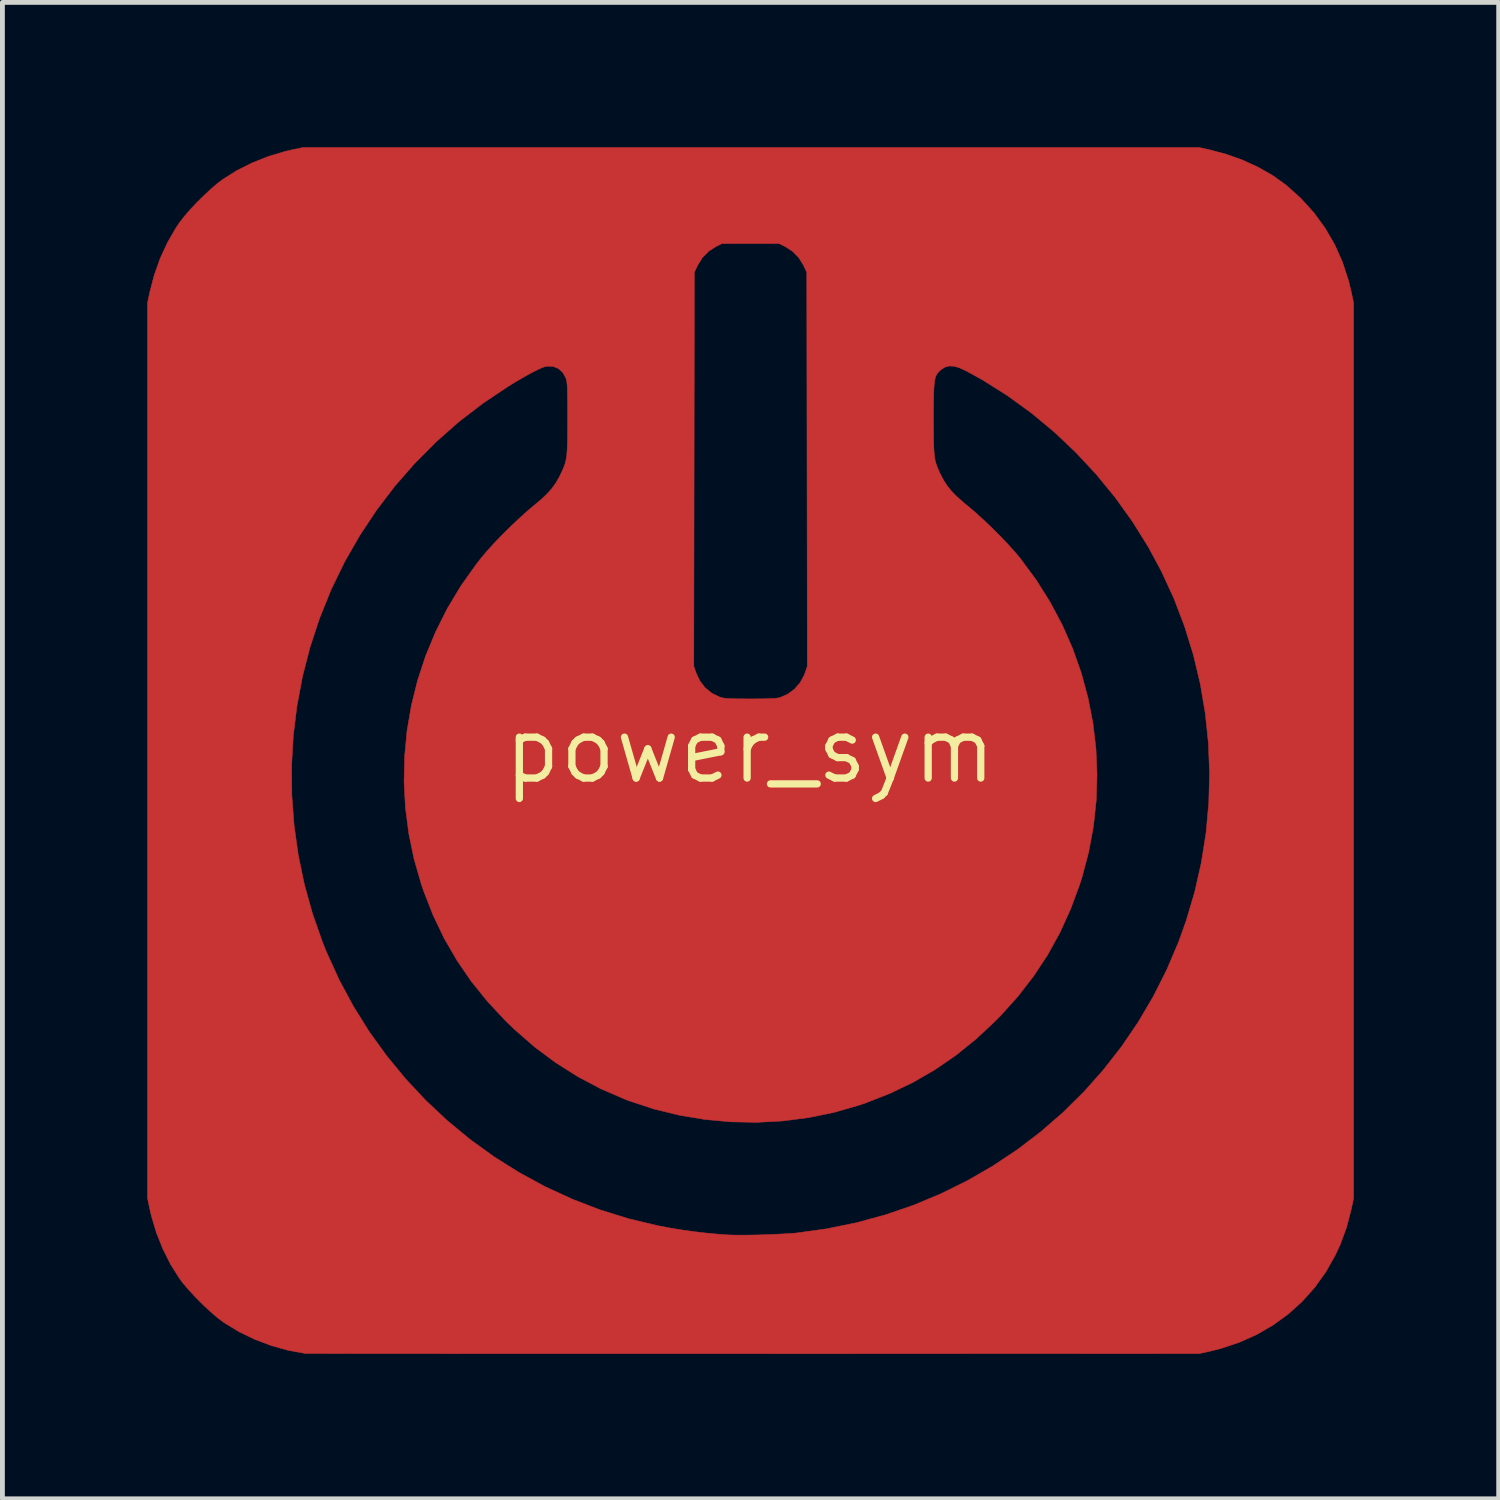
<source format=kicad_pcb>
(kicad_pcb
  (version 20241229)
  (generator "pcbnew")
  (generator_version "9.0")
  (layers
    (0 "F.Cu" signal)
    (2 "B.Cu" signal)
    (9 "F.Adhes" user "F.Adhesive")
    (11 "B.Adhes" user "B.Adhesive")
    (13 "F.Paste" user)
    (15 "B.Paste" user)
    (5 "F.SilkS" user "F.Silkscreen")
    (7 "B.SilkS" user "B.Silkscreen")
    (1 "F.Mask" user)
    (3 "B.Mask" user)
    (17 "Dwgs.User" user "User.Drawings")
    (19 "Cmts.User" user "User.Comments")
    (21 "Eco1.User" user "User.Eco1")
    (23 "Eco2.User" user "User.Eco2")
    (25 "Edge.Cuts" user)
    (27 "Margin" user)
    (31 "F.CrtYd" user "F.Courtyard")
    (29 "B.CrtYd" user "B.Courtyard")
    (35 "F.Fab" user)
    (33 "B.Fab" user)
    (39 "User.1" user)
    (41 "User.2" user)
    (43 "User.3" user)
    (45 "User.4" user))
  (footprint "power_sym"
    (layer "F.Cu")
    (at 12.483 12.483)
    (property "Reference" "power_sym" (at 0 0 0) (layer "F.SilkS") (effects (font (size 1.27 1.27) (thickness 0.15))))
    (attr through_hole)
    (fp_poly (pts (xy 9.525 -12.429) (xy 9.868 -12.337) (xy 10.203 -12.217) (xy 10.522 -12.07) (xy 10.818 -11.902) (xy 11.082 -11.714) (xy 11.102 -11.699) (xy 11.405 -11.427) (xy 11.674 -11.131) (xy 11.908 -10.811) (xy 12.107 -10.469) (xy 12.269 -10.105) (xy 12.395 -9.719) (xy 12.451 -9.488) (xy 12.499 -9.26) (xy 12.499 9.282) (xy 12.451 9.509) (xy 12.353 9.887) (xy 12.221 10.244) (xy 12.117 10.467) (xy 11.922 10.811) (xy 11.694 11.129) (xy 11.436 11.418) (xy 11.149 11.678) (xy 10.836 11.906) (xy 10.497 12.103) (xy 10.136 12.265) (xy 9.753 12.393) (xy 9.525 12.45) (xy 9.303 12.499) (xy 0.074 12.501) (xy -0.549 12.501) (xy -1.162 12.501) (xy -1.763 12.501) (xy -2.351 12.501) (xy -2.924 12.501) (xy -3.481 12.501) (xy -4.021 12.501) (xy -4.542 12.501) (xy -5.043 12.501) (xy -5.522 12.501) (xy -5.979 12.501) (xy -6.412 12.5) (xy -6.819 12.5) (xy -7.199 12.5) (xy -7.55 12.499) (xy -7.872 12.499) (xy -8.163 12.499) (xy -8.422 12.498) (xy -8.647 12.498) (xy -8.836 12.497) (xy -8.989 12.497) (xy -9.105 12.496) (xy -9.18 12.496) (xy -9.216 12.495) (xy -9.218 12.495) (xy -9.567 12.431) (xy -9.917 12.333) (xy -10.258 12.204) (xy -10.583 12.047) (xy -10.88 11.866) (xy -10.922 11.837) (xy -11.046 11.742) (xy -11.187 11.62) (xy -11.335 11.481) (xy -11.481 11.334) (xy -11.618 11.186) (xy -11.737 11.048) (xy -11.816 10.943) (xy -11.999 10.653) (xy -12.159 10.334) (xy -12.294 9.996) (xy -12.398 9.647) (xy -12.43 9.509) (xy -12.478 9.282) (xy -12.478 0.319) (xy -9.494 0.319) (xy -9.489 0.939) (xy -9.443 1.556) (xy -9.357 2.171) (xy -9.231 2.779) (xy -9.064 3.38) (xy -8.857 3.972) (xy -8.772 4.184) (xy -8.511 4.756) (xy -8.216 5.305) (xy -7.887 5.832) (xy -7.526 6.333) (xy -7.135 6.808) (xy -6.715 7.257) (xy -6.268 7.676) (xy -5.796 8.066) (xy -5.3 8.424) (xy -4.781 8.75) (xy -4.242 9.043) (xy -3.683 9.3) (xy -3.107 9.522) (xy -2.515 9.706) (xy -1.908 9.851) (xy -1.616 9.906) (xy -1.403 9.94) (xy -1.172 9.972) (xy -0.936 10) (xy -0.709 10.022) (xy -0.506 10.038) (xy -0.455 10.041) (xy -0.336 10.045) (xy -0.184 10.046) (xy -0.009 10.045) (xy 0.179 10.041) (xy 0.372 10.035) (xy 0.56 10.027) (xy 0.732 10.018) (xy 0.881 10.008) (xy 0.966 10.001) (xy 1.593 9.914) (xy 2.208 9.788) (xy 2.808 9.624) (xy 3.393 9.423) (xy 3.959 9.186) (xy 4.508 8.914) (xy 5.035 8.609) (xy 5.541 8.272) (xy 6.024 7.903) (xy 6.482 7.505) (xy 6.914 7.078) (xy 7.318 6.623) (xy 7.694 6.141) (xy 8.038 5.635) (xy 8.351 5.104) (xy 8.63 4.55) (xy 8.875 3.974) (xy 9.03 3.542) (xy 9.209 2.938) (xy 9.347 2.327) (xy 9.444 1.711) (xy 9.5 1.092) (xy 9.516 0.473) (xy 9.492 -0.144) (xy 9.428 -0.759) (xy 9.325 -1.368) (xy 9.182 -1.969) (xy 8.999 -2.561) (xy 8.778 -3.141) (xy 8.517 -3.707) (xy 8.247 -4.208) (xy 7.92 -4.732) (xy 7.56 -5.234) (xy 7.168 -5.712) (xy 6.747 -6.164) (xy 6.3 -6.587) (xy 5.828 -6.979) (xy 5.335 -7.337) (xy 4.822 -7.661) (xy 4.482 -7.849) (xy 4.34 -7.915) (xy 4.221 -7.95) (xy 4.12 -7.954) (xy 4.031 -7.928) (xy 3.949 -7.872) (xy 3.912 -7.838) (xy 3.881 -7.803) (xy 3.857 -7.764) (xy 3.838 -7.716) (xy 3.824 -7.654) (xy 3.814 -7.575) (xy 3.807 -7.472) (xy 3.802 -7.344) (xy 3.8 -7.184) (xy 3.799 -6.988) (xy 3.799 -6.869) (xy 3.8 -6.655) (xy 3.801 -6.479) (xy 3.803 -6.334) (xy 3.808 -6.216) (xy 3.816 -6.119) (xy 3.826 -6.038) (xy 3.841 -5.968) (xy 3.861 -5.903) (xy 3.886 -5.838) (xy 3.917 -5.768) (xy 3.936 -5.726) (xy 4.004 -5.594) (xy 4.079 -5.477) (xy 4.168 -5.366) (xy 4.278 -5.253) (xy 4.415 -5.131) (xy 4.494 -5.066) (xy 4.655 -4.93) (xy 4.829 -4.772) (xy 5.009 -4.601) (xy 5.186 -4.424) (xy 5.352 -4.249) (xy 5.499 -4.085) (xy 5.596 -3.969) (xy 5.923 -3.527) (xy 6.213 -3.066) (xy 6.467 -2.588) (xy 6.683 -2.096) (xy 6.861 -1.591) (xy 7 -1.076) (xy 7.102 -0.552) (xy 7.164 -0.023) (xy 7.186 0.51) (xy 7.169 1.044) (xy 7.112 1.577) (xy 7.014 2.108) (xy 6.875 2.633) (xy 6.827 2.783) (xy 6.638 3.295) (xy 6.417 3.78) (xy 6.163 4.241) (xy 5.873 4.681) (xy 5.547 5.102) (xy 5.183 5.507) (xy 5.081 5.61) (xy 4.68 5.985) (xy 4.263 6.321) (xy 3.828 6.62) (xy 3.373 6.883) (xy 2.895 7.112) (xy 2.39 7.31) (xy 2.254 7.356) (xy 1.74 7.504) (xy 1.214 7.612) (xy 0.681 7.681) (xy 0.143 7.71) (xy -0.395 7.7) (xy -0.932 7.651) (xy -1.462 7.563) (xy -1.983 7.436) (xy -2.491 7.269) (xy -2.582 7.235) (xy -3.084 7.018) (xy -3.564 6.765) (xy -4.023 6.475) (xy -4.461 6.149) (xy -4.879 5.785) (xy -5.06 5.61) (xy -5.435 5.209) (xy -5.771 4.792) (xy -6.069 4.357) (xy -6.333 3.902) (xy -6.562 3.424) (xy -6.759 2.92) (xy -6.806 2.783) (xy -6.957 2.26) (xy -7.067 1.73) (xy -7.136 1.197) (xy -7.165 0.663) (xy -7.153 0.129) (xy -7.103 -0.401) (xy -7.013 -0.926) (xy -6.884 -1.444) (xy -6.788 -1.736) (xy -1.165 -1.736) (xy -1.12 -1.604) (xy -1.042 -1.435) (xy -0.933 -1.292) (xy -0.795 -1.179) (xy -0.632 -1.099) (xy -0.624 -1.096) (xy -0.584 -1.085) (xy -0.537 -1.075) (xy -0.477 -1.069) (xy -0.397 -1.064) (xy -0.293 -1.061) (xy -0.158 -1.06) (xy 0.002 -1.059) (xy 0.185 -1.06) (xy 0.331 -1.062) (xy 0.444 -1.066) (xy 0.528 -1.072) (xy 0.589 -1.08) (xy 0.621 -1.088) (xy 0.78 -1.157) (xy 0.92 -1.261) (xy 1.036 -1.394) (xy 1.122 -1.551) (xy 1.141 -1.603) (xy 1.186 -1.736) (xy 1.175 -9.895) (xy 1.107 -10.038) (xy 1.01 -10.196) (xy 0.882 -10.327) (xy 0.728 -10.427) (xy 0.724 -10.429) (xy 0.603 -10.488) (xy -0.582 -10.488) (xy -0.703 -10.429) (xy -0.857 -10.33) (xy -0.986 -10.199) (xy -1.084 -10.042) (xy -1.086 -10.038) (xy -1.154 -9.895) (xy -1.159 -5.816) (xy -1.165 -1.736) (xy -6.788 -1.736) (xy -6.717 -1.952) (xy -6.511 -2.448) (xy -6.269 -2.931) (xy -5.989 -3.397) (xy -5.672 -3.844) (xy -5.575 -3.969) (xy -5.449 -4.118) (xy -5.298 -4.285) (xy -5.129 -4.46) (xy -4.95 -4.637) (xy -4.771 -4.806) (xy -4.599 -4.96) (xy -4.473 -5.066) (xy -4.323 -5.192) (xy -4.203 -5.306) (xy -4.106 -5.414) (xy -4.025 -5.526) (xy -3.954 -5.648) (xy -3.917 -5.724) (xy -3.882 -5.798) (xy -3.854 -5.865) (xy -3.831 -5.929) (xy -3.814 -5.995) (xy -3.8 -6.069) (xy -3.791 -6.157) (xy -3.785 -6.263) (xy -3.781 -6.392) (xy -3.779 -6.551) (xy -3.778 -6.743) (xy -3.778 -6.869) (xy -3.778 -7.068) (xy -3.779 -7.231) (xy -3.781 -7.36) (xy -3.783 -7.461) (xy -3.786 -7.538) (xy -3.791 -7.597) (xy -3.798 -7.642) (xy -3.806 -7.677) (xy -3.816 -7.707) (xy -3.817 -7.709) (xy -3.879 -7.82) (xy -3.966 -7.899) (xy -4.072 -7.943) (xy -4.19 -7.95) (xy -4.254 -7.938) (xy -4.324 -7.912) (xy -4.424 -7.865) (xy -4.55 -7.8) (xy -4.695 -7.719) (xy -4.856 -7.625) (xy -5.014 -7.528) (xy -5.535 -7.179) (xy -6.032 -6.797) (xy -6.501 -6.383) (xy -6.942 -5.94) (xy -7.354 -5.469) (xy -7.733 -4.972) (xy -8.079 -4.451) (xy -8.391 -3.908) (xy -8.666 -3.344) (xy -8.68 -3.313) (xy -8.916 -2.727) (xy -9.112 -2.132) (xy -9.268 -1.527) (xy -9.383 -0.915) (xy -9.459 -0.299) (xy -9.494 0.319) (xy -12.478 0.319) (xy -12.478 -9.26) (xy -12.43 -9.488) (xy -12.338 -9.838) (xy -12.216 -10.182) (xy -12.065 -10.509) (xy -11.89 -10.812) (xy -11.816 -10.922) (xy -11.72 -11.046) (xy -11.599 -11.187) (xy -11.46 -11.335) (xy -11.312 -11.481) (xy -11.165 -11.618) (xy -11.026 -11.737) (xy -10.922 -11.816) (xy -10.632 -11.999) (xy -10.313 -12.159) (xy -9.975 -12.294) (xy -9.626 -12.398) (xy -9.488 -12.43) (xy -9.26 -12.478) (xy 9.303 -12.478) (xy 9.525 -12.429)) (stroke (width 0.01) (type solid)) (fill yes) (layer "F.Cu"))
    (fp_poly (pts (xy 9.525 -12.429) (xy 9.868 -12.337) (xy 10.203 -12.217) (xy 10.522 -12.07) (xy 10.818 -11.902) (xy 11.082 -11.714) (xy 11.102 -11.699) (xy 11.405 -11.427) (xy 11.674 -11.131) (xy 11.908 -10.811) (xy 12.107 -10.469) (xy 12.269 -10.105) (xy 12.395 -9.719) (xy 12.451 -9.488) (xy 12.499 -9.26) (xy 12.499 9.282) (xy 12.451 9.509) (xy 12.353 9.887) (xy 12.221 10.244) (xy 12.117 10.467) (xy 11.922 10.811) (xy 11.694 11.129) (xy 11.436 11.418) (xy 11.149 11.678) (xy 10.836 11.906) (xy 10.497 12.103) (xy 10.136 12.265) (xy 9.753 12.393) (xy 9.525 12.45) (xy 9.303 12.499) (xy 0.074 12.501) (xy -0.549 12.501) (xy -1.162 12.501) (xy -1.763 12.501) (xy -2.351 12.501) (xy -2.924 12.501) (xy -3.481 12.501) (xy -4.021 12.501) (xy -4.542 12.501) (xy -5.043 12.501) (xy -5.522 12.501) (xy -5.979 12.501) (xy -6.412 12.5) (xy -6.819 12.5) (xy -7.199 12.5) (xy -7.55 12.499) (xy -7.872 12.499) (xy -8.163 12.499) (xy -8.422 12.498) (xy -8.647 12.498) (xy -8.836 12.497) (xy -8.989 12.497) (xy -9.105 12.496) (xy -9.18 12.496) (xy -9.216 12.495) (xy -9.218 12.495) (xy -9.567 12.431) (xy -9.917 12.333) (xy -10.258 12.204) (xy -10.583 12.047) (xy -10.88 11.866) (xy -10.922 11.837) (xy -11.046 11.742) (xy -11.187 11.62) (xy -11.335 11.481) (xy -11.481 11.334) (xy -11.618 11.186) (xy -11.737 11.048) (xy -11.816 10.943) (xy -11.999 10.653) (xy -12.159 10.334) (xy -12.294 9.996) (xy -12.398 9.647) (xy -12.43 9.509) (xy -12.478 9.282) (xy -12.478 0.319) (xy -9.494 0.319) (xy -9.489 0.939) (xy -9.443 1.556) (xy -9.357 2.171) (xy -9.231 2.779) (xy -9.064 3.38) (xy -8.857 3.972) (xy -8.772 4.184) (xy -8.511 4.756) (xy -8.216 5.305) (xy -7.887 5.832) (xy -7.526 6.333) (xy -7.135 6.808) (xy -6.715 7.257) (xy -6.268 7.676) (xy -5.796 8.066) (xy -5.3 8.424) (xy -4.781 8.75) (xy -4.242 9.043) (xy -3.683 9.3) (xy -3.107 9.522) (xy -2.515 9.706) (xy -1.908 9.851) (xy -1.616 9.906) (xy -1.403 9.94) (xy -1.172 9.972) (xy -0.936 10) (xy -0.709 10.022) (xy -0.506 10.038) (xy -0.455 10.041) (xy -0.336 10.045) (xy -0.184 10.046) (xy -0.009 10.045) (xy 0.179 10.041) (xy 0.372 10.035) (xy 0.56 10.027) (xy 0.732 10.018) (xy 0.881 10.008) (xy 0.966 10.001) (xy 1.593 9.914) (xy 2.208 9.788) (xy 2.808 9.624) (xy 3.393 9.423) (xy 3.959 9.186) (xy 4.508 8.914) (xy 5.035 8.609) (xy 5.541 8.272) (xy 6.024 7.903) (xy 6.482 7.505) (xy 6.914 7.078) (xy 7.318 6.623) (xy 7.694 6.141) (xy 8.038 5.635) (xy 8.351 5.104) (xy 8.63 4.55) (xy 8.875 3.974) (xy 9.03 3.542) (xy 9.209 2.938) (xy 9.347 2.327) (xy 9.444 1.711) (xy 9.5 1.092) (xy 9.516 0.473) (xy 9.492 -0.144) (xy 9.428 -0.759) (xy 9.325 -1.368) (xy 9.182 -1.969) (xy 8.999 -2.561) (xy 8.778 -3.141) (xy 8.517 -3.707) (xy 8.247 -4.208) (xy 7.92 -4.732) (xy 7.56 -5.234) (xy 7.168 -5.712) (xy 6.747 -6.164) (xy 6.3 -6.587) (xy 5.828 -6.979) (xy 5.335 -7.337) (xy 4.822 -7.661) (xy 4.482 -7.849) (xy 4.34 -7.915) (xy 4.221 -7.95) (xy 4.12 -7.954) (xy 4.031 -7.928) (xy 3.949 -7.872) (xy 3.912 -7.838) (xy 3.881 -7.803) (xy 3.857 -7.764) (xy 3.838 -7.716) (xy 3.824 -7.654) (xy 3.814 -7.575) (xy 3.807 -7.472) (xy 3.802 -7.344) (xy 3.8 -7.184) (xy 3.799 -6.988) (xy 3.799 -6.869) (xy 3.8 -6.655) (xy 3.801 -6.479) (xy 3.803 -6.334) (xy 3.808 -6.216) (xy 3.816 -6.119) (xy 3.826 -6.038) (xy 3.841 -5.968) (xy 3.861 -5.903) (xy 3.886 -5.838) (xy 3.917 -5.768) (xy 3.936 -5.726) (xy 4.004 -5.594) (xy 4.079 -5.477) (xy 4.168 -5.366) (xy 4.278 -5.253) (xy 4.415 -5.131) (xy 4.494 -5.066) (xy 4.655 -4.93) (xy 4.829 -4.772) (xy 5.009 -4.601) (xy 5.186 -4.424) (xy 5.352 -4.249) (xy 5.499 -4.085) (xy 5.596 -3.969) (xy 5.923 -3.527) (xy 6.213 -3.066) (xy 6.467 -2.588) (xy 6.683 -2.096) (xy 6.861 -1.591) (xy 7 -1.076) (xy 7.102 -0.552) (xy 7.164 -0.023) (xy 7.186 0.51) (xy 7.169 1.044) (xy 7.112 1.577) (xy 7.014 2.108) (xy 6.875 2.633) (xy 6.827 2.783) (xy 6.638 3.295) (xy 6.417 3.78) (xy 6.163 4.241) (xy 5.873 4.681) (xy 5.547 5.102) (xy 5.183 5.507) (xy 5.081 5.61) (xy 4.68 5.985) (xy 4.263 6.321) (xy 3.828 6.62) (xy 3.373 6.883) (xy 2.895 7.112) (xy 2.39 7.31) (xy 2.254 7.356) (xy 1.74 7.504) (xy 1.214 7.612) (xy 0.681 7.681) (xy 0.143 7.71) (xy -0.395 7.7) (xy -0.932 7.651) (xy -1.462 7.563) (xy -1.983 7.436) (xy -2.491 7.269) (xy -2.582 7.235) (xy -3.084 7.018) (xy -3.564 6.765) (xy -4.023 6.475) (xy -4.461 6.149) (xy -4.879 5.785) (xy -5.06 5.61) (xy -5.435 5.209) (xy -5.771 4.792) (xy -6.069 4.357) (xy -6.333 3.902) (xy -6.562 3.424) (xy -6.759 2.92) (xy -6.806 2.783) (xy -6.957 2.26) (xy -7.067 1.73) (xy -7.136 1.197) (xy -7.165 0.663) (xy -7.153 0.129) (xy -7.103 -0.401) (xy -7.013 -0.926) (xy -6.884 -1.444) (xy -6.788 -1.736) (xy -1.165 -1.736) (xy -1.12 -1.604) (xy -1.042 -1.435) (xy -0.933 -1.292) (xy -0.795 -1.179) (xy -0.632 -1.099) (xy -0.624 -1.096) (xy -0.584 -1.085) (xy -0.537 -1.075) (xy -0.477 -1.069) (xy -0.397 -1.064) (xy -0.293 -1.061) (xy -0.158 -1.06) (xy 0.002 -1.059) (xy 0.185 -1.06) (xy 0.331 -1.062) (xy 0.444 -1.066) (xy 0.528 -1.072) (xy 0.589 -1.08) (xy 0.621 -1.088) (xy 0.78 -1.157) (xy 0.92 -1.261) (xy 1.036 -1.394) (xy 1.122 -1.551) (xy 1.141 -1.603) (xy 1.186 -1.736) (xy 1.175 -9.895) (xy 1.107 -10.038) (xy 1.01 -10.196) (xy 0.882 -10.327) (xy 0.728 -10.427) (xy 0.724 -10.429) (xy 0.603 -10.488) (xy -0.582 -10.488) (xy -0.703 -10.429) (xy -0.857 -10.33) (xy -0.986 -10.199) (xy -1.084 -10.042) (xy -1.086 -10.038) (xy -1.154 -9.895) (xy -1.159 -5.816) (xy -1.165 -1.736) (xy -6.788 -1.736) (xy -6.717 -1.952) (xy -6.511 -2.448) (xy -6.269 -2.931) (xy -5.989 -3.397) (xy -5.672 -3.844) (xy -5.575 -3.969) (xy -5.449 -4.118) (xy -5.298 -4.285) (xy -5.129 -4.46) (xy -4.95 -4.637) (xy -4.771 -4.806) (xy -4.599 -4.96) (xy -4.473 -5.066) (xy -4.323 -5.192) (xy -4.203 -5.306) (xy -4.106 -5.414) (xy -4.025 -5.526) (xy -3.954 -5.648) (xy -3.917 -5.724) (xy -3.882 -5.798) (xy -3.854 -5.865) (xy -3.831 -5.929) (xy -3.814 -5.995) (xy -3.8 -6.069) (xy -3.791 -6.157) (xy -3.785 -6.263) (xy -3.781 -6.392) (xy -3.779 -6.551) (xy -3.778 -6.743) (xy -3.778 -6.869) (xy -3.778 -7.068) (xy -3.779 -7.231) (xy -3.781 -7.36) (xy -3.783 -7.461) (xy -3.786 -7.538) (xy -3.791 -7.597) (xy -3.798 -7.642) (xy -3.806 -7.677) (xy -3.816 -7.707) (xy -3.817 -7.709) (xy -3.879 -7.82) (xy -3.966 -7.899) (xy -4.072 -7.943) (xy -4.19 -7.95) (xy -4.254 -7.938) (xy -4.324 -7.912) (xy -4.424 -7.865) (xy -4.55 -7.8) (xy -4.695 -7.719) (xy -4.856 -7.625) (xy -5.014 -7.528) (xy -5.535 -7.179) (xy -6.032 -6.797) (xy -6.501 -6.383) (xy -6.942 -5.94) (xy -7.354 -5.469) (xy -7.733 -4.972) (xy -8.079 -4.451) (xy -8.391 -3.908) (xy -8.666 -3.344) (xy -8.68 -3.313) (xy -8.916 -2.727) (xy -9.112 -2.132) (xy -9.268 -1.527) (xy -9.383 -0.915) (xy -9.459 -0.299) (xy -9.494 0.319) (xy -12.478 0.319) (xy -12.478 -9.26) (xy -12.43 -9.488) (xy -12.338 -9.838) (xy -12.216 -10.182) (xy -12.065 -10.509) (xy -11.89 -10.812) (xy -11.816 -10.922) (xy -11.72 -11.046) (xy -11.599 -11.187) (xy -11.46 -11.335) (xy -11.312 -11.481) (xy -11.165 -11.618) (xy -11.026 -11.737) (xy -10.922 -11.816) (xy -10.632 -11.999) (xy -10.313 -12.159) (xy -9.975 -12.294) (xy -9.626 -12.398) (xy -9.488 -12.43) (xy -9.26 -12.478) (xy 9.303 -12.478) (xy 9.525 -12.429)) (stroke (width 0.01) (type solid)) (fill yes) (layer "F.Mask")))
  (gr_rect
    (start -3 -3)
    (end 27.987 27.989)
    (stroke (width 0.1) (type default))
    (fill no)
    (layer "Edge.Cuts")))
</source>
